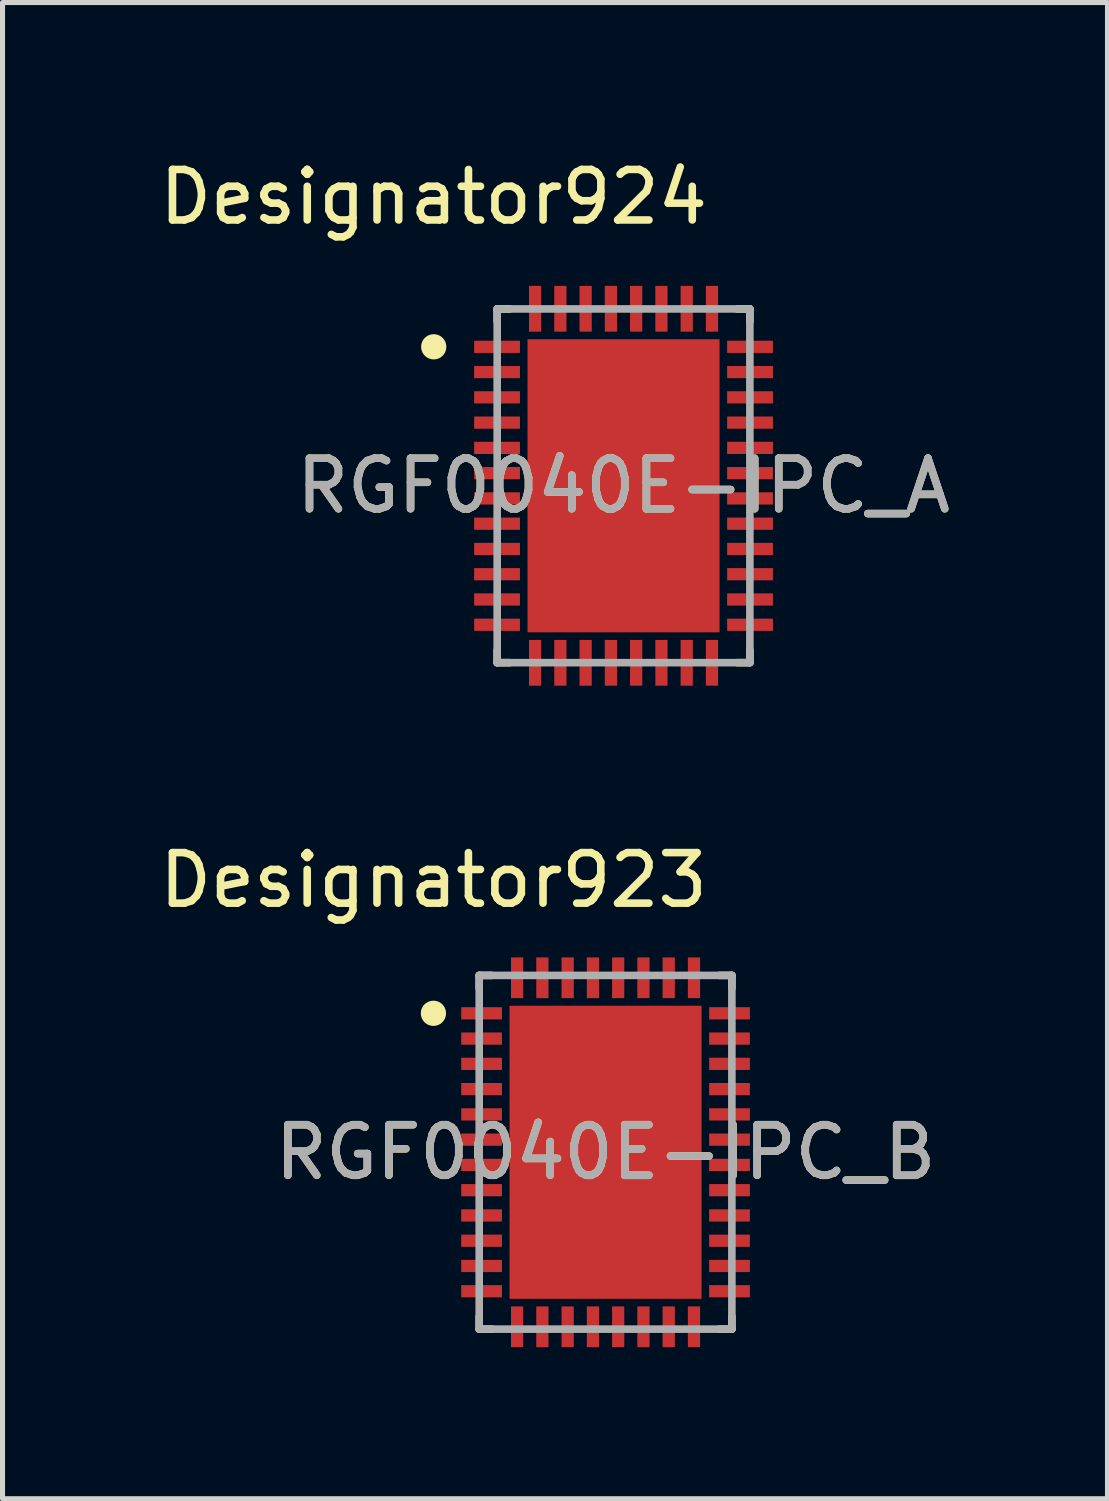
<source format=kicad_pcb>
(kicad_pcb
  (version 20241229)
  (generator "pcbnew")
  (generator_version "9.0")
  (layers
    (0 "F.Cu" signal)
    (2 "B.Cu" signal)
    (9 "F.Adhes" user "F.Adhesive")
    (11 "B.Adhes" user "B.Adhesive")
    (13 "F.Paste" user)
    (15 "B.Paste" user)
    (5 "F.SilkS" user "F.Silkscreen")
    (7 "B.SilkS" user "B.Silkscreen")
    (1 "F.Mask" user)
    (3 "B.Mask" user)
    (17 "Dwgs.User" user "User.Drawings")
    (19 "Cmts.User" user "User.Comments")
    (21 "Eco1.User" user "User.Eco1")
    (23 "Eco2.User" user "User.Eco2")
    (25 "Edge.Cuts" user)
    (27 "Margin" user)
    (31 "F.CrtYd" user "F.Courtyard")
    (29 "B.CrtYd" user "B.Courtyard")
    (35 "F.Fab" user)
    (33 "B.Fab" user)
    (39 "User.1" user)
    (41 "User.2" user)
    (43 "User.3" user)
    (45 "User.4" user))
  (footprint "RGF0040E-IPC_B"
    (layer "F.Cu")
    (at 8.933 19.752)
    (property "Reference" "RGF0040E-IPC_B" (at 0 0 0) (unlocked yes) (layer "F.SilkS") (effects (font (size 1 1) (thickness 0.15))))
    (attr smd)
    (fp_line (start -2.5 -3.5) (end -2.25 -3.5) (stroke (width 0.15) (type solid)) (layer "F.SilkS"))
    (fp_line (start -2.5 -3.25) (end -2.5 -3.5) (stroke (width 0.15) (type solid)) (layer "F.SilkS"))
    (fp_line (start -2.5 3.5) (end -2.5 3.25) (stroke (width 0.15) (type solid)) (layer "F.SilkS"))
    (fp_line (start -2.5 3.5) (end -2.25 3.5) (stroke (width 0.15) (type solid)) (layer "F.SilkS"))
    (fp_line (start 2.25 -3.5) (end 2.5 -3.5) (stroke (width 0.15) (type solid)) (layer "F.SilkS"))
    (fp_line (start 2.25 3.5) (end 2.5 3.5) (stroke (width 0.15) (type solid)) (layer "F.SilkS"))
    (fp_line (start 2.5 -3.25) (end 2.5 -3.5) (stroke (width 0.15) (type solid)) (layer "F.SilkS"))
    (fp_line (start 2.5 3.5) (end 2.5 3.25) (stroke (width 0.15) (type solid)) (layer "F.SilkS"))
    (fp_circle (center -3.406 -2.75) (end -3.281 -2.75) (stroke (width 0.25) (type solid)) (fill no) (layer "F.SilkS"))
    (fp_poly (pts (xy -1.278 -0.311) (xy 1.278 -0.311) (xy 1.278 -2.278) (xy -1.278 -2.278)) (stroke (width 0) (type solid)) (fill yes) (layer "F.Paste"))
    (fp_poly (pts (xy -1.278 2.278) (xy 1.278 2.278) (xy 1.278 0.311) (xy -1.278 0.311)) (stroke (width 0) (type solid)) (fill yes) (layer "F.Paste"))
    (fp_line (start -2.5 -3.5) (end 2.5 -3.5) (stroke (width 0.15) (type solid)) (layer "F.Fab"))
    (fp_line (start -2.5 3.5) (end -2.5 -3.5) (stroke (width 0.15) (type solid)) (layer "F.Fab"))
    (fp_line (start -2.5 3.5) (end 2.5 3.5) (stroke (width 0.15) (type solid)) (layer "F.Fab"))
    (fp_line (start 2.5 3.5) (end 2.5 -3.5) (stroke (width 0.15) (type solid)) (layer "F.Fab"))
    (fp_text user "Designator923" (at -3.404 -5.385 0) (unlocked yes) (layer "F.SilkS") (effects (font (size 1 1) (thickness 0.15))))
    (fp_text user "${REFERENCE}" (at 0 0 0) (unlocked yes) (layer "F.Fab") (effects (font (size 1 1) (thickness 0.15))))
    (pad "1" smd rect (at -2.453 -2.75 90) (size 0.242 0.806) (layers "F.Cu" "F.Mask" "F.Paste"))
    (pad "2" smd rect (at -2.453 -2.25 90) (size 0.242 0.806) (layers "F.Cu" "F.Mask" "F.Paste"))
    (pad "3" smd rect (at -2.453 -1.75 90) (size 0.242 0.806) (layers "F.Cu" "F.Mask" "F.Paste"))
    (pad "4" smd rect (at -2.453 -1.25 90) (size 0.242 0.806) (layers "F.Cu" "F.Mask" "F.Paste"))
    (pad "5" smd rect (at -2.453 -0.75 90) (size 0.242 0.806) (layers "F.Cu" "F.Mask" "F.Paste"))
    (pad "6" smd rect (at -2.453 -0.25 90) (size 0.242 0.806) (layers "F.Cu" "F.Mask" "F.Paste"))
    (pad "7" smd rect (at -2.453 0.25 90) (size 0.242 0.806) (layers "F.Cu" "F.Mask" "F.Paste"))
    (pad "8" smd rect (at -2.453 0.75 90) (size 0.242 0.806) (layers "F.Cu" "F.Mask" "F.Paste"))
    (pad "9" smd rect (at -2.453 1.25 90) (size 0.242 0.806) (layers "F.Cu" "F.Mask" "F.Paste"))
    (pad "10" smd rect (at -2.453 1.75 90) (size 0.242 0.806) (layers "F.Cu" "F.Mask" "F.Paste"))
    (pad "11" smd rect (at -2.453 2.25 90) (size 0.242 0.806) (layers "F.Cu" "F.Mask" "F.Paste"))
    (pad "12" smd rect (at -2.453 2.75 90) (size 0.242 0.806) (layers "F.Cu" "F.Mask" "F.Paste"))
    (pad "13" smd rect (at -1.75 3.453) (size 0.242 0.806) (layers "F.Cu" "F.Mask" "F.Paste"))
    (pad "14" smd rect (at -1.25 3.453) (size 0.242 0.806) (layers "F.Cu" "F.Mask" "F.Paste"))
    (pad "15" smd rect (at -0.75 3.453) (size 0.242 0.806) (layers "F.Cu" "F.Mask" "F.Paste"))
    (pad "16" smd rect (at -0.25 3.453) (size 0.242 0.806) (layers "F.Cu" "F.Mask" "F.Paste"))
    (pad "17" smd rect (at 0.25 3.453) (size 0.242 0.806) (layers "F.Cu" "F.Mask" "F.Paste"))
    (pad "18" smd rect (at 0.75 3.453) (size 0.242 0.806) (layers "F.Cu" "F.Mask" "F.Paste"))
    (pad "19" smd rect (at 1.25 3.453) (size 0.242 0.806) (layers "F.Cu" "F.Mask" "F.Paste"))
    (pad "20" smd rect (at 1.75 3.453) (size 0.242 0.806) (layers "F.Cu" "F.Mask" "F.Paste"))
    (pad "21" smd rect (at 2.453 2.75 90) (size 0.242 0.806) (layers "F.Cu" "F.Mask" "F.Paste"))
    (pad "22" smd rect (at 2.453 2.25 90) (size 0.242 0.806) (layers "F.Cu" "F.Mask" "F.Paste"))
    (pad "23" smd rect (at 2.453 1.75 90) (size 0.242 0.806) (layers "F.Cu" "F.Mask" "F.Paste"))
    (pad "24" smd rect (at 2.453 1.25 90) (size 0.242 0.806) (layers "F.Cu" "F.Mask" "F.Paste"))
    (pad "25" smd rect (at 2.453 0.75 90) (size 0.242 0.806) (layers "F.Cu" "F.Mask" "F.Paste"))
    (pad "26" smd rect (at 2.453 0.25 90) (size 0.242 0.806) (layers "F.Cu" "F.Mask" "F.Paste"))
    (pad "27" smd rect (at 2.453 -0.25 90) (size 0.242 0.806) (layers "F.Cu" "F.Mask" "F.Paste"))
    (pad "28" smd rect (at 2.453 -0.75 90) (size 0.242 0.806) (layers "F.Cu" "F.Mask" "F.Paste"))
    (pad "29" smd rect (at 2.453 -1.25 90) (size 0.242 0.806) (layers "F.Cu" "F.Mask" "F.Paste"))
    (pad "30" smd rect (at 2.453 -1.75 90) (size 0.242 0.806) (layers "F.Cu" "F.Mask" "F.Paste"))
    (pad "31" smd rect (at 2.453 -2.25 90) (size 0.242 0.806) (layers "F.Cu" "F.Mask" "F.Paste"))
    (pad "32" smd rect (at 2.453 -2.75 90) (size 0.242 0.806) (layers "F.Cu" "F.Mask" "F.Paste"))
    (pad "33" smd rect (at 1.75 -3.453) (size 0.242 0.806) (layers "F.Cu" "F.Mask" "F.Paste"))
    (pad "34" smd rect (at 1.25 -3.453) (size 0.242 0.806) (layers "F.Cu" "F.Mask" "F.Paste"))
    (pad "35" smd rect (at 0.75 -3.453) (size 0.242 0.806) (layers "F.Cu" "F.Mask" "F.Paste"))
    (pad "36" smd rect (at 0.25 -3.453) (size 0.242 0.806) (layers "F.Cu" "F.Mask" "F.Paste"))
    (pad "37" smd rect (at -0.25 -3.453) (size 0.242 0.806) (layers "F.Cu" "F.Mask" "F.Paste"))
    (pad "38" smd rect (at -0.75 -3.453) (size 0.242 0.806) (layers "F.Cu" "F.Mask" "F.Paste"))
    (pad "39" smd rect (at -1.25 -3.453) (size 0.242 0.806) (layers "F.Cu" "F.Mask" "F.Paste"))
    (pad "40" smd rect (at -1.75 -3.453) (size 0.242 0.806) (layers "F.Cu" "F.Mask" "F.Paste"))
    (pad "41" smd rect (at 0 0) (size 3.8 5.8) (layers "F.Cu" "F.Mask")))
  (footprint "RGF0040E-IPC_A"
    (layer "F.Cu")
    (at 9.289 6.563)
    (property "Reference" "RGF0040E-IPC_A" (at 0 0 0) (unlocked yes) (layer "F.SilkS") (effects (font (size 1 1) (thickness 0.15))))
    (attr smd)
    (fp_line (start -2.5 -3.5) (end -2.25 -3.5) (stroke (width 0.15) (type solid)) (layer "F.SilkS"))
    (fp_line (start -2.5 -3.25) (end -2.5 -3.5) (stroke (width 0.15) (type solid)) (layer "F.SilkS"))
    (fp_line (start -2.5 3.5) (end -2.5 3.25) (stroke (width 0.15) (type solid)) (layer "F.SilkS"))
    (fp_line (start -2.5 3.5) (end -2.25 3.5) (stroke (width 0.15) (type solid)) (layer "F.SilkS"))
    (fp_line (start 2.25 -3.5) (end 2.5 -3.5) (stroke (width 0.15) (type solid)) (layer "F.SilkS"))
    (fp_line (start 2.25 3.5) (end 2.5 3.5) (stroke (width 0.15) (type solid)) (layer "F.SilkS"))
    (fp_line (start 2.5 -3.25) (end 2.5 -3.5) (stroke (width 0.15) (type solid)) (layer "F.SilkS"))
    (fp_line (start 2.5 3.5) (end 2.5 3.25) (stroke (width 0.15) (type solid)) (layer "F.SilkS"))
    (fp_circle (center -3.756 -2.75) (end -3.631 -2.75) (stroke (width 0.25) (type solid)) (fill no) (layer "F.SilkS"))
    (fp_poly (pts (xy -1.278 -0.311) (xy 1.278 -0.311) (xy 1.278 -2.278) (xy -1.278 -2.278)) (stroke (width 0) (type solid)) (fill yes) (layer "F.Paste"))
    (fp_poly (pts (xy -1.278 2.278) (xy 1.278 2.278) (xy 1.278 0.311) (xy -1.278 0.311)) (stroke (width 0) (type solid)) (fill yes) (layer "F.Paste"))
    (fp_line (start -2.5 -3.5) (end 2.5 -3.5) (stroke (width 0.15) (type solid)) (layer "F.Fab"))
    (fp_line (start -2.5 3.5) (end -2.5 -3.5) (stroke (width 0.15) (type solid)) (layer "F.Fab"))
    (fp_line (start -2.5 3.5) (end 2.5 3.5) (stroke (width 0.15) (type solid)) (layer "F.Fab"))
    (fp_line (start 2.5 3.5) (end 2.5 -3.5) (stroke (width 0.15) (type solid)) (layer "F.Fab"))
    (fp_text user "Designator924" (at -3.759 -5.715 0) (unlocked yes) (layer "F.SilkS") (effects (font (size 1 1) (thickness 0.15))))
    (fp_text user "${REFERENCE}" (at 0 0 0) (unlocked yes) (layer "F.Fab") (effects (font (size 1 1) (thickness 0.15))))
    (pad "1" smd rect (at -2.503 -2.75 90) (size 0.242 0.906) (layers "F.Cu" "F.Mask" "F.Paste"))
    (pad "2" smd rect (at -2.503 -2.25 90) (size 0.242 0.906) (layers "F.Cu" "F.Mask" "F.Paste"))
    (pad "3" smd rect (at -2.503 -1.75 90) (size 0.242 0.906) (layers "F.Cu" "F.Mask" "F.Paste"))
    (pad "4" smd rect (at -2.503 -1.25 90) (size 0.242 0.906) (layers "F.Cu" "F.Mask" "F.Paste"))
    (pad "5" smd rect (at -2.503 -0.75 90) (size 0.242 0.906) (layers "F.Cu" "F.Mask" "F.Paste"))
    (pad "6" smd rect (at -2.503 -0.25 90) (size 0.242 0.906) (layers "F.Cu" "F.Mask" "F.Paste"))
    (pad "7" smd rect (at -2.503 0.25 90) (size 0.242 0.906) (layers "F.Cu" "F.Mask" "F.Paste"))
    (pad "8" smd rect (at -2.503 0.75 90) (size 0.242 0.906) (layers "F.Cu" "F.Mask" "F.Paste"))
    (pad "9" smd rect (at -2.503 1.25 90) (size 0.242 0.906) (layers "F.Cu" "F.Mask" "F.Paste"))
    (pad "10" smd rect (at -2.503 1.75 90) (size 0.242 0.906) (layers "F.Cu" "F.Mask" "F.Paste"))
    (pad "11" smd rect (at -2.503 2.25 90) (size 0.242 0.906) (layers "F.Cu" "F.Mask" "F.Paste"))
    (pad "12" smd rect (at -2.503 2.75 90) (size 0.242 0.906) (layers "F.Cu" "F.Mask" "F.Paste"))
    (pad "13" smd rect (at -1.75 3.503) (size 0.242 0.906) (layers "F.Cu" "F.Mask" "F.Paste"))
    (pad "14" smd rect (at -1.25 3.503) (size 0.242 0.906) (layers "F.Cu" "F.Mask" "F.Paste"))
    (pad "15" smd rect (at -0.75 3.503) (size 0.242 0.906) (layers "F.Cu" "F.Mask" "F.Paste"))
    (pad "16" smd rect (at -0.25 3.503) (size 0.242 0.906) (layers "F.Cu" "F.Mask" "F.Paste"))
    (pad "17" smd rect (at 0.25 3.503) (size 0.242 0.906) (layers "F.Cu" "F.Mask" "F.Paste"))
    (pad "18" smd rect (at 0.75 3.503) (size 0.242 0.906) (layers "F.Cu" "F.Mask" "F.Paste"))
    (pad "19" smd rect (at 1.25 3.503) (size 0.242 0.906) (layers "F.Cu" "F.Mask" "F.Paste"))
    (pad "20" smd rect (at 1.75 3.503) (size 0.242 0.906) (layers "F.Cu" "F.Mask" "F.Paste"))
    (pad "21" smd rect (at 2.503 2.75 90) (size 0.242 0.906) (layers "F.Cu" "F.Mask" "F.Paste"))
    (pad "22" smd rect (at 2.503 2.25 90) (size 0.242 0.906) (layers "F.Cu" "F.Mask" "F.Paste"))
    (pad "23" smd rect (at 2.503 1.75 90) (size 0.242 0.906) (layers "F.Cu" "F.Mask" "F.Paste"))
    (pad "24" smd rect (at 2.503 1.25 90) (size 0.242 0.906) (layers "F.Cu" "F.Mask" "F.Paste"))
    (pad "25" smd rect (at 2.503 0.75 90) (size 0.242 0.906) (layers "F.Cu" "F.Mask" "F.Paste"))
    (pad "26" smd rect (at 2.503 0.25 90) (size 0.242 0.906) (layers "F.Cu" "F.Mask" "F.Paste"))
    (pad "27" smd rect (at 2.503 -0.25 90) (size 0.242 0.906) (layers "F.Cu" "F.Mask" "F.Paste"))
    (pad "28" smd rect (at 2.503 -0.75 90) (size 0.242 0.906) (layers "F.Cu" "F.Mask" "F.Paste"))
    (pad "29" smd rect (at 2.503 -1.25 90) (size 0.242 0.906) (layers "F.Cu" "F.Mask" "F.Paste"))
    (pad "30" smd rect (at 2.503 -1.75 90) (size 0.242 0.906) (layers "F.Cu" "F.Mask" "F.Paste"))
    (pad "31" smd rect (at 2.503 -2.25 90) (size 0.242 0.906) (layers "F.Cu" "F.Mask" "F.Paste"))
    (pad "32" smd rect (at 2.503 -2.75 90) (size 0.242 0.906) (layers "F.Cu" "F.Mask" "F.Paste"))
    (pad "33" smd rect (at 1.75 -3.503) (size 0.242 0.906) (layers "F.Cu" "F.Mask" "F.Paste"))
    (pad "34" smd rect (at 1.25 -3.503) (size 0.242 0.906) (layers "F.Cu" "F.Mask" "F.Paste"))
    (pad "35" smd rect (at 0.75 -3.503) (size 0.242 0.906) (layers "F.Cu" "F.Mask" "F.Paste"))
    (pad "36" smd rect (at 0.25 -3.503) (size 0.242 0.906) (layers "F.Cu" "F.Mask" "F.Paste"))
    (pad "37" smd rect (at -0.25 -3.503) (size 0.242 0.906) (layers "F.Cu" "F.Mask" "F.Paste"))
    (pad "38" smd rect (at -0.75 -3.503) (size 0.242 0.906) (layers "F.Cu" "F.Mask" "F.Paste"))
    (pad "39" smd rect (at -1.25 -3.503) (size 0.242 0.906) (layers "F.Cu" "F.Mask" "F.Paste"))
    (pad "40" smd rect (at -1.75 -3.503) (size 0.242 0.906) (layers "F.Cu" "F.Mask" "F.Paste"))
    (pad "41" smd rect (at 0 0) (size 3.8 5.8) (layers "F.Cu" "F.Mask")))
  (gr_rect
    (start -3 -3)
    (end 18.866 26.608)
    (stroke (width 0.1) (type default))
    (fill no)
    (layer "Edge.Cuts")))
</source>
